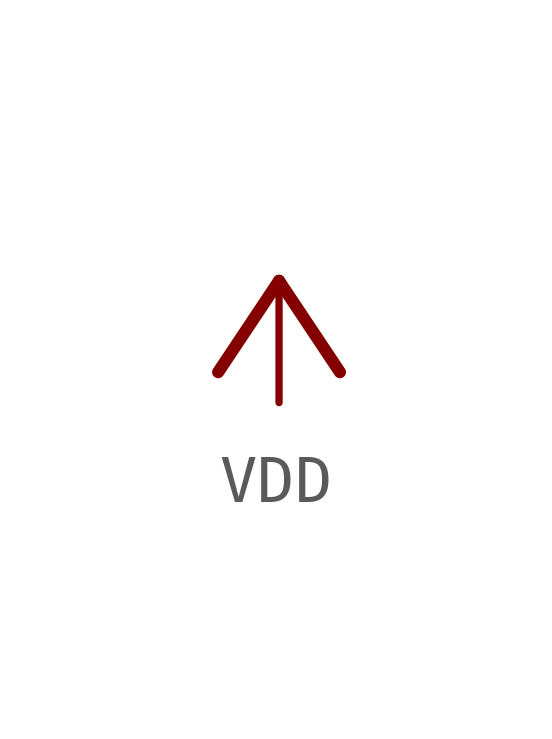
<source format=kicad_sym>
(kicad_symbol_lib
  (version 20231120)
  (generator "kicad_symbol_editor")
  (generator_version "8.0")
  (symbol "VDD"
    (power)
    (property "Reference" ""
      (at 0 0 0)
      (effects (font (size 1.27 1.27)) (hide yes)))
    (property "Value" ""
      (at -1.524 3.556 0)
      (effects (font (size 1.27 1.079)) (justify left bottom)))
    (property "ki_locked" ""
      (at 0 0 0)
      (effects (font (size 1.27 1.27))))
    (symbol "VDD_1_0"
      (polyline (pts (xy 0 2.54) (xy -1.27 0.635)) (stroke (width 0.254) (type solid)) (fill (type none)))
      (polyline (pts (xy 1.27 0.635) (xy 0 2.54)) (stroke (width 0.254) (type solid)) (fill (type none)))
      (pin power_in line (at 0 0 90) (length 2.54) (name "VDD" (effects (font (size 0 0)))) (number "1" (effects (font (size 0 0))))))))
</source>
